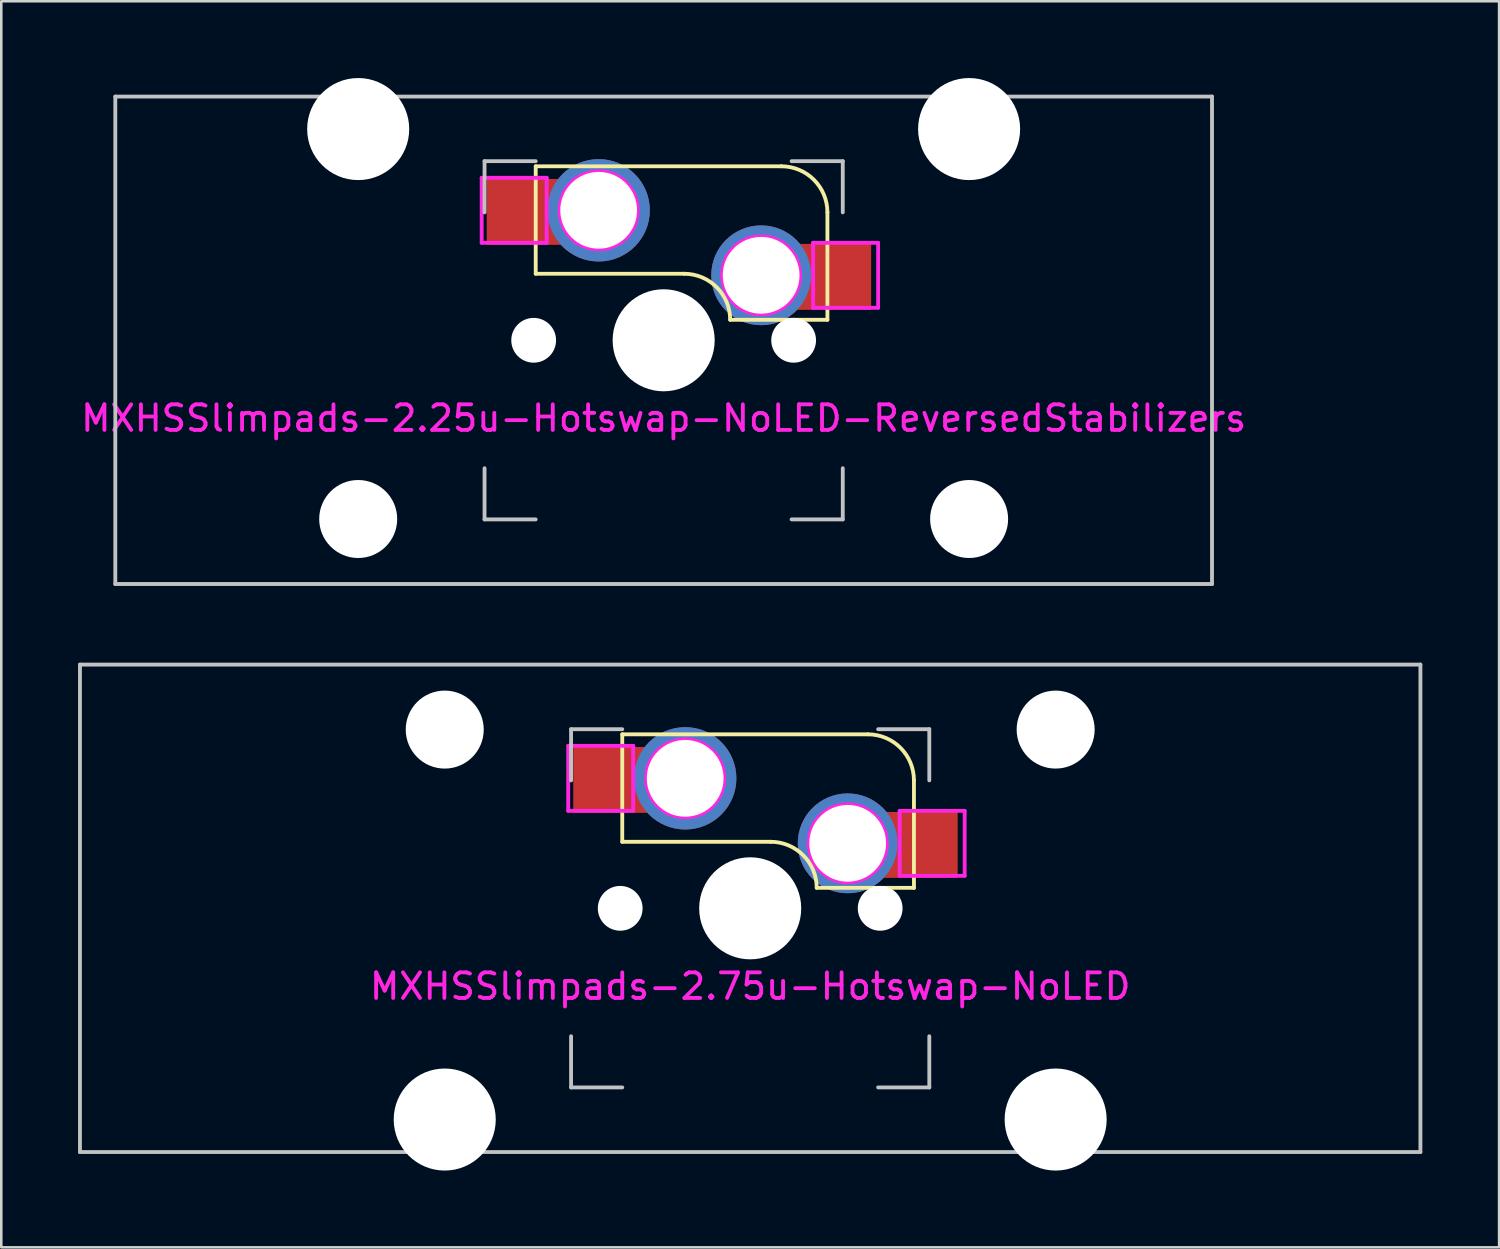
<source format=kicad_pcb>
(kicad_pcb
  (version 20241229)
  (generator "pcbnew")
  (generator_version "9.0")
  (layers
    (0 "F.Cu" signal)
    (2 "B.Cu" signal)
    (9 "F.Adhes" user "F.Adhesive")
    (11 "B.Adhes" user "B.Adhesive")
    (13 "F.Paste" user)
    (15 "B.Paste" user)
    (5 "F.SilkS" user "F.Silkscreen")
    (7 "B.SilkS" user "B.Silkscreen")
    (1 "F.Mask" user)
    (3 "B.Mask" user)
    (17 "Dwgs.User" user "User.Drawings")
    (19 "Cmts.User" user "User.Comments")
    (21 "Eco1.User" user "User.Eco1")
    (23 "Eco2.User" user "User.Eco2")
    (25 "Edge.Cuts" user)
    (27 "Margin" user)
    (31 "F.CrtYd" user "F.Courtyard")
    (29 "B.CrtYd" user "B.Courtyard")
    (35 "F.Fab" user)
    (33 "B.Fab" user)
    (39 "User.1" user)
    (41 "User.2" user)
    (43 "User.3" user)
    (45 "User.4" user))
  (footprint "MXHSSlimpads-2.25u-Hotswap-NoLED-ReversedStabilizers"
    (layer "F.Cu")
    (at 22.887 10.249)
    (property "Reference" "MXHSSlimpads-2.25u-Hotswap-NoLED-ReversedStabilizers" (at 0 3.048 180) (layer "F.CrtYd") (effects (font (size 1 1) (thickness 0.15))))
    (attr smd)
    (fp_line (start -5 -6.8) (end 4.6 -6.8) (stroke (width 0.15) (type solid)) (layer "F.SilkS"))
    (fp_line (start -5 -2.6) (end -5 -6.8) (stroke (width 0.15) (type solid)) (layer "F.SilkS"))
    (fp_line (start 0.8 -2.6) (end -5 -2.6) (stroke (width 0.15) (type solid)) (layer "F.SilkS"))
    (fp_line (start 6.4 -5) (end 6.4 -0.8) (stroke (width 0.15) (type solid)) (layer "F.SilkS"))
    (fp_line (start 6.4 -0.8) (end 2.6 -0.8) (stroke (width 0.15) (type solid)) (layer "F.SilkS"))
    (fp_arc (start 0.8 -2.6) (mid 2.072792 -2.072792) (end 2.6 -0.8) (stroke (width 0.15) (type solid)) (layer "F.SilkS"))
    (fp_arc (start 4.6 -6.8) (mid 5.872792 -6.272792) (end 6.4 -5) (stroke (width 0.15) (type solid)) (layer "F.SilkS"))
    (fp_rect (start -6.854 -6.291) (end -5.156 -3.742) (stroke (width 0.12) (type solid)) (fill yes) (layer "F.Paste"))
    (fp_rect (start 6.553 -3.726) (end 8.048 -1.176) (stroke (width 0.12) (type solid)) (fill yes) (layer "F.Paste"))
    (fp_line (start -21.431 -9.525) (end 21.431 -9.525) (stroke (width 0.15) (type solid)) (layer "Dwgs.User"))
    (fp_line (start -21.431 9.525) (end -21.431 -9.525) (stroke (width 0.15) (type solid)) (layer "Dwgs.User"))
    (fp_line (start -7 -7) (end -7 -5) (stroke (width 0.15) (type solid)) (layer "Dwgs.User"))
    (fp_line (start -7 7) (end -7 5) (stroke (width 0.15) (type solid)) (layer "Dwgs.User"))
    (fp_line (start -5 -7) (end -7 -7) (stroke (width 0.15) (type solid)) (layer "Dwgs.User"))
    (fp_line (start -5 7) (end -7 7) (stroke (width 0.15) (type solid)) (layer "Dwgs.User"))
    (fp_line (start 5 -7) (end 7 -7) (stroke (width 0.15) (type solid)) (layer "Dwgs.User"))
    (fp_line (start 7 -7) (end 7 -5) (stroke (width 0.15) (type solid)) (layer "Dwgs.User"))
    (fp_line (start 7 5) (end 7 7) (stroke (width 0.15) (type solid)) (layer "Dwgs.User"))
    (fp_line (start 7 7) (end 5 7) (stroke (width 0.15) (type solid)) (layer "Dwgs.User"))
    (fp_line (start 21.431 -9.525) (end 21.431 9.525) (stroke (width 0.15) (type solid)) (layer "Dwgs.User"))
    (fp_line (start 21.431 9.525) (end -21.431 9.525) (stroke (width 0.15) (type solid)) (layer "Dwgs.User"))
    (fp_line (start -7.112 -6.35) (end -7.112 -3.81) (stroke (width 0.15) (type solid)) (layer "F.CrtYd"))
    (fp_line (start -7.112 -3.81) (end -4.572 -3.81) (stroke (width 0.15) (type solid)) (layer "F.CrtYd"))
    (fp_line (start -4.572 -6.35) (end -7.112 -6.35) (stroke (width 0.15) (type solid)) (layer "F.CrtYd"))
    (fp_line (start -4.572 -3.81) (end -4.572 -6.35) (stroke (width 0.15) (type solid)) (layer "F.CrtYd"))
    (fp_line (start 5.842 -3.81) (end 5.842 -1.27) (stroke (width 0.15) (type solid)) (layer "F.CrtYd"))
    (fp_line (start 5.842 -1.27) (end 8.382 -1.27) (stroke (width 0.15) (type solid)) (layer "F.CrtYd"))
    (fp_line (start 8.382 -3.81) (end 5.842 -3.81) (stroke (width 0.15) (type solid)) (layer "F.CrtYd"))
    (fp_line (start 8.382 -1.27) (end 8.382 -3.81) (stroke (width 0.15) (type solid)) (layer "F.CrtYd"))
    (fp_circle (center -2.54 -5.08) (end -2.54 -6.604) (stroke (width 0.15) (type solid)) (fill no) (layer "F.CrtYd"))
    (fp_circle (center 3.81 -2.54) (end 3.81 -4.064) (stroke (width 0.15) (type solid)) (fill no) (layer "F.CrtYd"))
    (pad "" np_thru_hole circle (at -11.938 -8.255) (size 3.988 3.988) (drill 3.988) (layers "*.Cu" "*.Mask"))
    (pad "" np_thru_hole circle (at -11.938 6.985) (size 3.048 3.048) (drill 3.048) (layers "*.Cu" "*.Mask"))
    (pad "" np_thru_hole circle (at -5.08 0 131.9) (size 1.75 1.75) (drill 1.75) (layers "*.Cu" "*.Mask"))
    (pad "" np_thru_hole circle (at 0 0 180) (size 3.988 3.988) (drill 3.988) (layers "*.Cu" "*.Mask"))
    (pad "" np_thru_hole circle (at 5.08 0 131.9) (size 1.75 1.75) (drill 1.75) (layers "*.Cu" "*.Mask"))
    (pad "" np_thru_hole circle (at 11.938 -8.255) (size 3.988 3.988) (drill 3.988) (layers "*.Cu" "*.Mask"))
    (pad "" np_thru_hole circle (at 11.938 6.985) (size 3.048 3.048) (drill 3.048) (layers "*.Cu" "*.Mask"))
    (pad "1" thru_hole circle (at 3.81 -2.54 180) (size 3.9 3.9) (drill 3) (layers "*.Cu"))
    (pad "1" smd rect (at 3.81 -2.54 180) (size 4.5 2.575) (drill (offset -2.05 -0.062)) (layers "F.Cu" "F.Mask"))
    (pad "2" thru_hole circle (at -2.54 -5.08 180) (size 4 4) (drill 3) (layers "*.Cu"))
    (pad "2" smd rect (at -2.54 -5.08 180) (size 4.5 2.575) (drill (offset 2.125 -0.062)) (layers "F.Cu" "F.Mask")))
  (footprint "MXHSSlimpads-2.75u-Hotswap-NoLED"
    (layer "F.Cu")
    (at 26.269 32.449)
    (property "Reference" "MXHSSlimpads-2.75u-Hotswap-NoLED" (at 0 3.048 180) (layer "F.CrtYd") (effects (font (size 1 1) (thickness 0.15))))
    (attr smd)
    (fp_line (start -5 -6.8) (end 4.6 -6.8) (stroke (width 0.15) (type solid)) (layer "F.SilkS"))
    (fp_line (start -5 -2.6) (end -5 -6.8) (stroke (width 0.15) (type solid)) (layer "F.SilkS"))
    (fp_line (start 0.8 -2.6) (end -5 -2.6) (stroke (width 0.15) (type solid)) (layer "F.SilkS"))
    (fp_line (start 6.4 -5) (end 6.4 -0.8) (stroke (width 0.15) (type solid)) (layer "F.SilkS"))
    (fp_line (start 6.4 -0.8) (end 2.6 -0.8) (stroke (width 0.15) (type solid)) (layer "F.SilkS"))
    (fp_arc (start 0.8 -2.6) (mid 2.072792 -2.072792) (end 2.6 -0.8) (stroke (width 0.15) (type solid)) (layer "F.SilkS"))
    (fp_arc (start 4.6 -6.8) (mid 5.872792 -6.272792) (end 6.4 -5) (stroke (width 0.15) (type solid)) (layer "F.SilkS"))
    (fp_rect (start -6.854 -6.291) (end -5.156 -3.742) (stroke (width 0.12) (type solid)) (fill yes) (layer "F.Paste"))
    (fp_rect (start 6.553 -3.726) (end 8.048 -1.176) (stroke (width 0.12) (type solid)) (fill yes) (layer "F.Paste"))
    (fp_line (start -26.194 -9.525) (end 26.194 -9.525) (stroke (width 0.15) (type solid)) (layer "Dwgs.User"))
    (fp_line (start -26.194 9.525) (end -26.194 -9.525) (stroke (width 0.15) (type solid)) (layer "Dwgs.User"))
    (fp_line (start -7 -7) (end -7 -5) (stroke (width 0.15) (type solid)) (layer "Dwgs.User"))
    (fp_line (start -7 7) (end -7 5) (stroke (width 0.15) (type solid)) (layer "Dwgs.User"))
    (fp_line (start -5 -7) (end -7 -7) (stroke (width 0.15) (type solid)) (layer "Dwgs.User"))
    (fp_line (start -5 7) (end -7 7) (stroke (width 0.15) (type solid)) (layer "Dwgs.User"))
    (fp_line (start 5 -7) (end 7 -7) (stroke (width 0.15) (type solid)) (layer "Dwgs.User"))
    (fp_line (start 7 -7) (end 7 -5) (stroke (width 0.15) (type solid)) (layer "Dwgs.User"))
    (fp_line (start 7 5) (end 7 7) (stroke (width 0.15) (type solid)) (layer "Dwgs.User"))
    (fp_line (start 7 7) (end 5 7) (stroke (width 0.15) (type solid)) (layer "Dwgs.User"))
    (fp_line (start 26.194 -9.525) (end 26.194 9.525) (stroke (width 0.15) (type solid)) (layer "Dwgs.User"))
    (fp_line (start 26.194 9.525) (end -26.194 9.525) (stroke (width 0.15) (type solid)) (layer "Dwgs.User"))
    (fp_line (start -7.112 -6.35) (end -7.112 -3.81) (stroke (width 0.15) (type solid)) (layer "F.CrtYd"))
    (fp_line (start -7.112 -3.81) (end -4.572 -3.81) (stroke (width 0.15) (type solid)) (layer "F.CrtYd"))
    (fp_line (start -4.572 -6.35) (end -7.112 -6.35) (stroke (width 0.15) (type solid)) (layer "F.CrtYd"))
    (fp_line (start -4.572 -3.81) (end -4.572 -6.35) (stroke (width 0.15) (type solid)) (layer "F.CrtYd"))
    (fp_line (start 5.842 -3.81) (end 5.842 -1.27) (stroke (width 0.15) (type solid)) (layer "F.CrtYd"))
    (fp_line (start 5.842 -1.27) (end 8.382 -1.27) (stroke (width 0.15) (type solid)) (layer "F.CrtYd"))
    (fp_line (start 8.382 -3.81) (end 5.842 -3.81) (stroke (width 0.15) (type solid)) (layer "F.CrtYd"))
    (fp_line (start 8.382 -1.27) (end 8.382 -3.81) (stroke (width 0.15) (type solid)) (layer "F.CrtYd"))
    (fp_circle (center -2.54 -5.08) (end -2.54 -6.604) (stroke (width 0.15) (type solid)) (fill no) (layer "F.CrtYd"))
    (fp_circle (center 3.81 -2.54) (end 3.81 -4.064) (stroke (width 0.15) (type solid)) (fill no) (layer "F.CrtYd"))
    (pad "" np_thru_hole circle (at -11.938 -6.985) (size 3.048 3.048) (drill 3.048) (layers "*.Cu" "*.Mask"))
    (pad "" np_thru_hole circle (at -11.938 8.255) (size 3.988 3.988) (drill 3.988) (layers "*.Cu" "*.Mask"))
    (pad "" np_thru_hole circle (at -5.08 0 131.9) (size 1.75 1.75) (drill 1.75) (layers "*.Cu" "*.Mask"))
    (pad "" np_thru_hole circle (at 0 0 180) (size 3.988 3.988) (drill 3.988) (layers "*.Cu" "*.Mask"))
    (pad "" np_thru_hole circle (at 5.08 0 131.9) (size 1.75 1.75) (drill 1.75) (layers "*.Cu" "*.Mask"))
    (pad "" np_thru_hole circle (at 11.938 -6.985) (size 3.048 3.048) (drill 3.048) (layers "*.Cu" "*.Mask"))
    (pad "" np_thru_hole circle (at 11.938 8.255) (size 3.988 3.988) (drill 3.988) (layers "*.Cu" "*.Mask"))
    (pad "1" thru_hole circle (at 3.81 -2.54 180) (size 3.9 3.9) (drill 3) (layers "*.Cu"))
    (pad "1" smd rect (at 3.81 -2.54 180) (size 4.5 2.575) (drill (offset -2.05 -0.062)) (layers "F.Cu" "F.Mask"))
    (pad "2" thru_hole circle (at -2.54 -5.08 180) (size 4 4) (drill 3) (layers "*.Cu"))
    (pad "2" smd rect (at -2.54 -5.08 180) (size 4.5 2.575) (drill (offset 2.125 -0.062)) (layers "F.Cu" "F.Mask")))
  (gr_rect
    (start -3 -3)
    (end 55.538 45.698)
    (stroke (width 0.1) (type default))
    (fill no)
    (layer "Edge.Cuts")))
</source>
